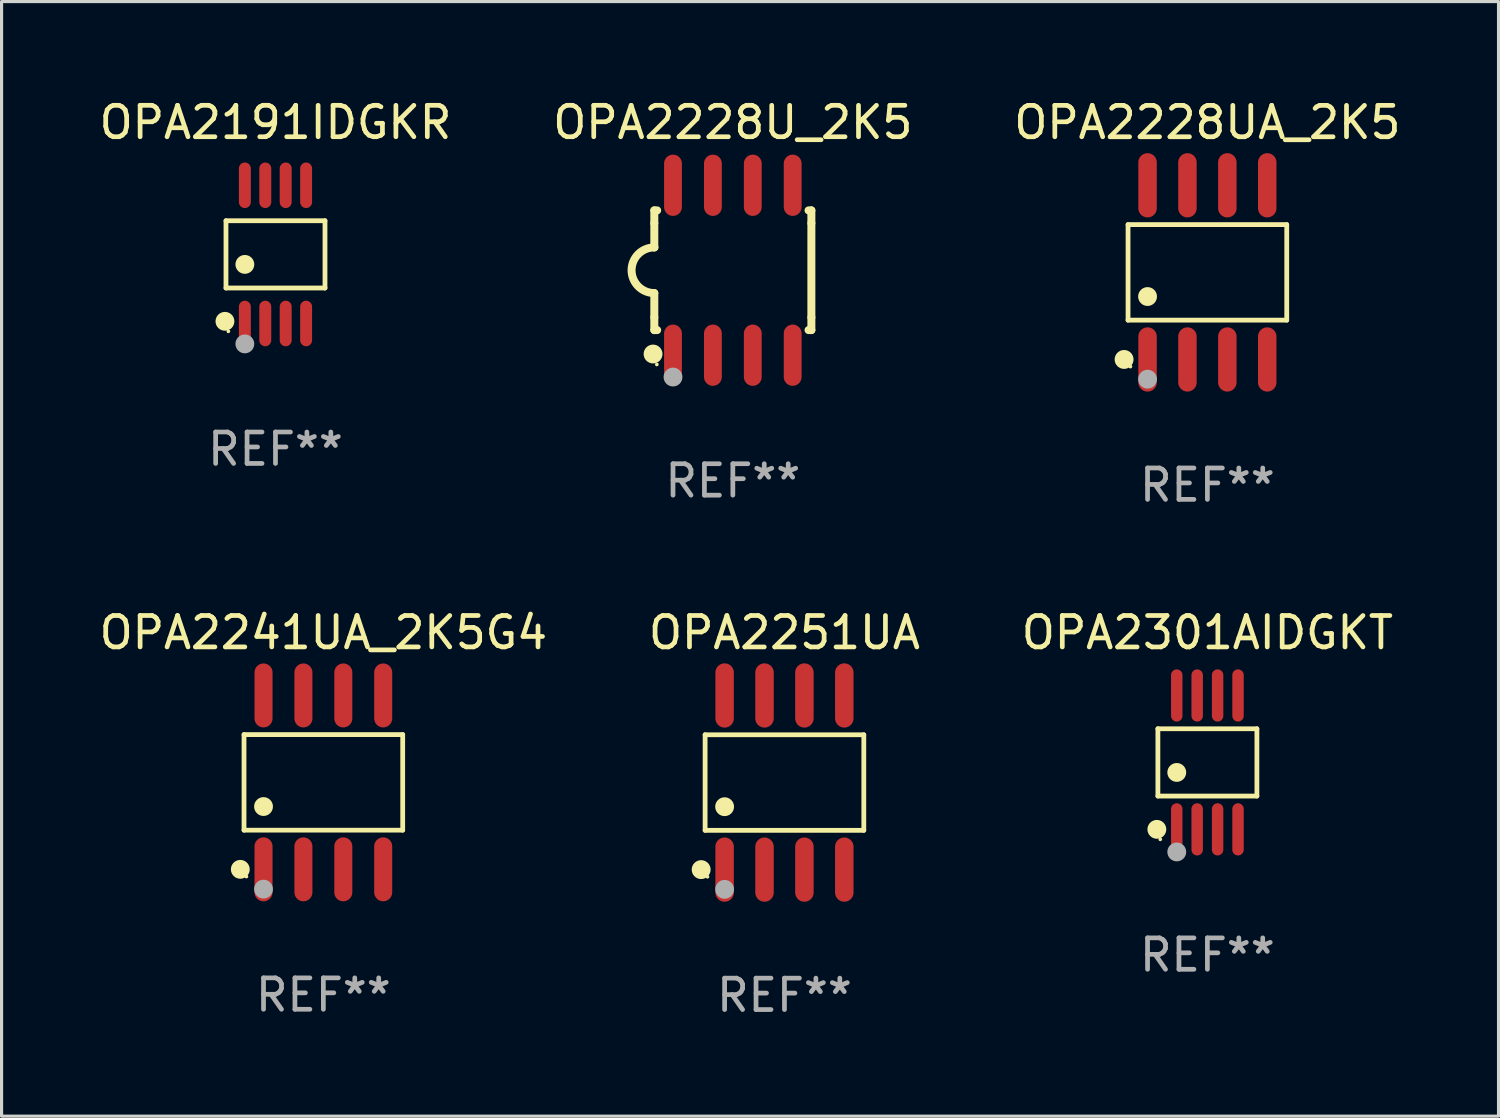
<source format=kicad_pcb>
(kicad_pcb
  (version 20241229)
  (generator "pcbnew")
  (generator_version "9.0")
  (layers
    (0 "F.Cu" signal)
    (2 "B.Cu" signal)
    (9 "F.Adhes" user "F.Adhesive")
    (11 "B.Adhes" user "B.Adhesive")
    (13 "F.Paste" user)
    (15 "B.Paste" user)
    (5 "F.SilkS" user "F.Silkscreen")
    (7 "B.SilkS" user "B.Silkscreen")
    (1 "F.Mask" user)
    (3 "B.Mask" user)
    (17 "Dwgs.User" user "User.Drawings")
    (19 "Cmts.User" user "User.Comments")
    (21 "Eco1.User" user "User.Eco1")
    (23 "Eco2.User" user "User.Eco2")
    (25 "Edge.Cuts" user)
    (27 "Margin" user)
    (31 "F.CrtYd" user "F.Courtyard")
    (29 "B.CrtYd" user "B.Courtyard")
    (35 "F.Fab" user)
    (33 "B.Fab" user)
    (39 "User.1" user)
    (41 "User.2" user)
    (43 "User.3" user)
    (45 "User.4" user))
  (footprint "OPA2251UA"
    (layer "F.Cu")
    (at 21.923 21.862)
    (property "Reference" "OPA2251UA" (at 0 -4.772 0) (layer "F.SilkS") (effects (font (size 1 1) (thickness 0.15))))
    (attr through_hole)
    (fp_line (start -2.526 -1.521) (end 2.526 -1.521) (stroke (width 0.152) (type solid)) (layer "F.SilkS"))
    (fp_line (start -2.526 1.521) (end -2.526 -1.521) (stroke (width 0.152) (type solid)) (layer "F.SilkS"))
    (fp_line (start 2.526 -1.521) (end 2.526 1.521) (stroke (width 0.152) (type solid)) (layer "F.SilkS"))
    (fp_line (start 2.526 1.521) (end -2.526 1.521) (stroke (width 0.152) (type solid)) (layer "F.SilkS"))
    (fp_circle (center -2.652 2.772) (end -2.501 2.772) (stroke (width 0.3) (type solid)) (fill no) (layer "F.SilkS"))
    (fp_circle (center -2.45 3) (end -2.42 3) (stroke (width 0.06) (type solid)) (fill no) (layer "F.SilkS"))
    (fp_circle (center -1.905 0.769) (end -1.755 0.769) (stroke (width 0.3) (type solid)) (fill no) (layer "F.SilkS"))
    (fp_circle (center -1.905 3.4) (end -1.755 3.4) (stroke (width 0.3) (type solid)) (fill no) (layer "F.Fab"))
    (fp_text user "REF**" (at 0 6.772 0) (layer "F.Fab") (effects (font (size 1 1) (thickness 0.15))))
    (pad "1" smd oval (at -1.905 2.772) (size 0.588 2.045) (layers "F.Cu" "F.Mask" "F.Paste"))
    (pad "2" smd oval (at -0.635 2.772) (size 0.588 2.045) (layers "F.Cu" "F.Mask" "F.Paste"))
    (pad "3" smd oval (at 0.635 2.772) (size 0.588 2.045) (layers "F.Cu" "F.Mask" "F.Paste"))
    (pad "4" smd oval (at 1.905 2.772) (size 0.588 2.045) (layers "F.Cu" "F.Mask" "F.Paste"))
    (pad "5" smd oval (at 1.905 -2.772) (size 0.588 2.045) (layers "F.Cu" "F.Mask" "F.Paste"))
    (pad "6" smd oval (at 0.635 -2.772) (size 0.588 2.045) (layers "F.Cu" "F.Mask" "F.Paste"))
    (pad "7" smd oval (at -0.635 -2.772) (size 0.588 2.045) (layers "F.Cu" "F.Mask" "F.Paste"))
    (pad "8" smd oval (at -1.905 -2.772) (size 0.588 2.045) (layers "F.Cu" "F.Mask" "F.Paste")))
  (footprint "OPA2301AIDGKT"
    (layer "F.Cu")
    (at 35.387 21.221)
    (property "Reference" "OPA2301AIDGKT" (at 0 -4.131 0) (layer "F.SilkS") (effects (font (size 1 1) (thickness 0.15))))
    (attr through_hole)
    (fp_line (start -1.576 -1.071) (end 1.576 -1.071) (stroke (width 0.152) (type solid)) (layer "F.SilkS"))
    (fp_line (start -1.576 1.071) (end -1.576 -1.071) (stroke (width 0.152) (type solid)) (layer "F.SilkS"))
    (fp_line (start 1.576 -1.071) (end 1.576 1.071) (stroke (width 0.152) (type solid)) (layer "F.SilkS"))
    (fp_line (start 1.576 1.071) (end -1.576 1.071) (stroke (width 0.152) (type solid)) (layer "F.SilkS"))
    (fp_circle (center -1.609 2.131) (end -1.459 2.131) (stroke (width 0.3) (type solid)) (fill no) (layer "F.SilkS"))
    (fp_circle (center -1.5 2.45) (end -1.47 2.45) (stroke (width 0.06) (type solid)) (fill no) (layer "F.SilkS"))
    (fp_circle (center -0.975 0.319) (end -0.825 0.319) (stroke (width 0.3) (type solid)) (fill no) (layer "F.SilkS"))
    (fp_circle (center -0.975 2.85) (end -0.825 2.85) (stroke (width 0.3) (type solid)) (fill no) (layer "F.Fab"))
    (fp_text user "REF**" (at 0 6.131 0) (layer "F.Fab") (effects (font (size 1 1) (thickness 0.15))))
    (pad "1" smd oval (at -0.975 2.131) (size 0.364 1.662) (layers "F.Cu" "F.Mask" "F.Paste"))
    (pad "2" smd oval (at -0.325 2.131) (size 0.364 1.662) (layers "F.Cu" "F.Mask" "F.Paste"))
    (pad "3" smd oval (at 0.325 2.131) (size 0.364 1.662) (layers "F.Cu" "F.Mask" "F.Paste"))
    (pad "4" smd oval (at 0.975 2.131) (size 0.364 1.662) (layers "F.Cu" "F.Mask" "F.Paste"))
    (pad "5" smd oval (at 0.975 -2.131) (size 0.364 1.662) (layers "F.Cu" "F.Mask" "F.Paste"))
    (pad "6" smd oval (at 0.325 -2.131) (size 0.364 1.662) (layers "F.Cu" "F.Mask" "F.Paste"))
    (pad "7" smd oval (at -0.325 -2.131) (size 0.364 1.662) (layers "F.Cu" "F.Mask" "F.Paste"))
    (pad "8" smd oval (at -0.975 -2.131) (size 0.364 1.662) (layers "F.Cu" "F.Mask" "F.Paste")))
  (footprint "OPA2228UA_2K5"
    (layer "F.Cu")
    (at 35.387 5.621)
    (property "Reference" "OPA2228UA_2K5" (at 0 -4.772 0) (layer "F.SilkS") (effects (font (size 1 1) (thickness 0.15))))
    (attr through_hole)
    (fp_line (start -2.526 -1.521) (end 2.526 -1.521) (stroke (width 0.152) (type solid)) (layer "F.SilkS"))
    (fp_line (start -2.526 1.521) (end -2.526 -1.521) (stroke (width 0.152) (type solid)) (layer "F.SilkS"))
    (fp_line (start 2.526 -1.521) (end 2.526 1.521) (stroke (width 0.152) (type solid)) (layer "F.SilkS"))
    (fp_line (start 2.526 1.521) (end -2.526 1.521) (stroke (width 0.152) (type solid)) (layer "F.SilkS"))
    (fp_circle (center -2.652 2.772) (end -2.501 2.772) (stroke (width 0.3) (type solid)) (fill no) (layer "F.SilkS"))
    (fp_circle (center -2.45 3) (end -2.42 3) (stroke (width 0.06) (type solid)) (fill no) (layer "F.SilkS"))
    (fp_circle (center -1.905 0.769) (end -1.755 0.769) (stroke (width 0.3) (type solid)) (fill no) (layer "F.SilkS"))
    (fp_circle (center -1.905 3.4) (end -1.755 3.4) (stroke (width 0.3) (type solid)) (fill no) (layer "F.Fab"))
    (fp_text user "REF**" (at 0 6.772 0) (layer "F.Fab") (effects (font (size 1 1) (thickness 0.15))))
    (pad "1" smd oval (at -1.905 2.772) (size 0.588 2.045) (layers "F.Cu" "F.Mask" "F.Paste"))
    (pad "2" smd oval (at -0.635 2.772) (size 0.588 2.045) (layers "F.Cu" "F.Mask" "F.Paste"))
    (pad "3" smd oval (at 0.635 2.772) (size 0.588 2.045) (layers "F.Cu" "F.Mask" "F.Paste"))
    (pad "4" smd oval (at 1.905 2.772) (size 0.588 2.045) (layers "F.Cu" "F.Mask" "F.Paste"))
    (pad "5" smd oval (at 1.905 -2.772) (size 0.588 2.045) (layers "F.Cu" "F.Mask" "F.Paste"))
    (pad "6" smd oval (at 0.635 -2.772) (size 0.588 2.045) (layers "F.Cu" "F.Mask" "F.Paste"))
    (pad "7" smd oval (at -0.635 -2.772) (size 0.588 2.045) (layers "F.Cu" "F.Mask" "F.Paste"))
    (pad "8" smd oval (at -1.905 -2.772) (size 0.588 2.045) (layers "F.Cu" "F.Mask" "F.Paste")))
  (footprint "OPA2191IDGKR"
    (layer "F.Cu")
    (at 5.72 5.048)
    (property "Reference" "OPA2191IDGKR" (at 0 -4.2 0) (layer "F.SilkS") (effects (font (size 1 1) (thickness 0.15))))
    (attr through_hole)
    (fp_line (start -1.576 -1.071) (end 1.576 -1.071) (stroke (width 0.152) (type solid)) (layer "F.SilkS"))
    (fp_line (start -1.576 1.071) (end -1.576 -1.071) (stroke (width 0.152) (type solid)) (layer "F.SilkS"))
    (fp_line (start 1.576 -1.071) (end 1.576 1.071) (stroke (width 0.152) (type solid)) (layer "F.SilkS"))
    (fp_line (start 1.576 1.071) (end -1.576 1.071) (stroke (width 0.152) (type solid)) (layer "F.SilkS"))
    (fp_circle (center -1.609 2.131) (end -1.459 2.131) (stroke (width 0.3) (type solid)) (fill no) (layer "F.SilkS"))
    (fp_circle (center -1.5 2.45) (end -1.47 2.45) (stroke (width 0.06) (type solid)) (fill no) (layer "F.SilkS"))
    (fp_circle (center -0.975 0.319) (end -0.825 0.319) (stroke (width 0.3) (type solid)) (fill no) (layer "F.SilkS"))
    (fp_circle (center -0.975 2.85) (end -0.825 2.85) (stroke (width 0.3) (type solid)) (fill no) (layer "F.Fab"))
    (fp_text user "REF**" (at 0 6.2 0) (layer "F.Fab") (effects (font (size 1 1) (thickness 0.15))))
    (pad "1" smd oval (at -0.975 2.2) (size 0.38 1.45) (layers "F.Cu" "F.Mask" "F.Paste"))
    (pad "2" smd oval (at -0.325 2.2) (size 0.38 1.45) (layers "F.Cu" "F.Mask" "F.Paste"))
    (pad "3" smd oval (at 0.325 2.2) (size 0.38 1.45) (layers "F.Cu" "F.Mask" "F.Paste"))
    (pad "4" smd oval (at 0.975 2.2) (size 0.38 1.45) (layers "F.Cu" "F.Mask" "F.Paste"))
    (pad "5" smd oval (at 0.975 -2.2) (size 0.38 1.45) (layers "F.Cu" "F.Mask" "F.Paste"))
    (pad "6" smd oval (at 0.325 -2.2) (size 0.38 1.45) (layers "F.Cu" "F.Mask" "F.Paste"))
    (pad "7" smd oval (at -0.325 -2.2) (size 0.38 1.45) (layers "F.Cu" "F.Mask" "F.Paste"))
    (pad "8" smd oval (at -0.975 -2.2) (size 0.38 1.45) (layers "F.Cu" "F.Mask" "F.Paste")))
  (footprint "OPA2241UA_2K5G4"
    (layer "F.Cu")
    (at 7.244 21.857)
    (property "Reference" "OPA2241UA_2K5G4" (at 0 -4.768 0) (layer "F.SilkS") (effects (font (size 1 1) (thickness 0.15))))
    (attr through_hole)
    (fp_line (start -2.526 -1.521) (end 2.526 -1.521) (stroke (width 0.152) (type solid)) (layer "F.SilkS"))
    (fp_line (start -2.526 1.521) (end -2.526 -1.521) (stroke (width 0.152) (type solid)) (layer "F.SilkS"))
    (fp_line (start 2.526 -1.521) (end 2.526 1.521) (stroke (width 0.152) (type solid)) (layer "F.SilkS"))
    (fp_line (start 2.526 1.521) (end -2.526 1.521) (stroke (width 0.152) (type solid)) (layer "F.SilkS"))
    (fp_circle (center -2.644 2.768) (end -2.494 2.768) (stroke (width 0.3) (type solid)) (fill no) (layer "F.SilkS"))
    (fp_circle (center -2.45 2.998) (end -2.42 2.998) (stroke (width 0.06) (type solid)) (fill no) (layer "F.SilkS"))
    (fp_circle (center -1.905 0.769) (end -1.755 0.769) (stroke (width 0.3) (type solid)) (fill no) (layer "F.SilkS"))
    (fp_circle (center -1.905 3.398) (end -1.755 3.398) (stroke (width 0.3) (type solid)) (fill no) (layer "F.Fab"))
    (fp_text user "REF**" (at 0 6.768 0) (layer "F.Fab") (effects (font (size 1 1) (thickness 0.15))))
    (pad "1" smd oval (at -1.905 2.768) (size 0.574 2.036) (layers "F.Cu" "F.Mask" "F.Paste"))
    (pad "2" smd oval (at -0.635 2.768) (size 0.574 2.036) (layers "F.Cu" "F.Mask" "F.Paste"))
    (pad "3" smd oval (at 0.635 2.768) (size 0.574 2.036) (layers "F.Cu" "F.Mask" "F.Paste"))
    (pad "4" smd oval (at 1.905 2.768) (size 0.574 2.036) (layers "F.Cu" "F.Mask" "F.Paste"))
    (pad "5" smd oval (at 1.905 -2.768) (size 0.574 2.036) (layers "F.Cu" "F.Mask" "F.Paste"))
    (pad "6" smd oval (at 0.635 -2.768) (size 0.574 2.036) (layers "F.Cu" "F.Mask" "F.Paste"))
    (pad "7" smd oval (at -0.635 -2.768) (size 0.574 2.036) (layers "F.Cu" "F.Mask" "F.Paste"))
    (pad "8" smd oval (at -1.905 -2.768) (size 0.574 2.036) (layers "F.Cu" "F.Mask" "F.Paste")))
  (footprint "OPA2228U_2K5"
    (layer "F.Cu")
    (at 20.28 5.553)
    (property "Reference" "OPA2228U_2K5" (at 0 -4.705 0) (layer "F.SilkS") (effects (font (size 1 1) (thickness 0.15))))
    (attr through_hole)
    (fp_line (start -2.5 -1.905) (end -2.409 -1.905) (stroke (width 0.254) (type solid)) (layer "F.SilkS"))
    (fp_line (start -2.5 -1.5) (end -2.5 -1.905) (stroke (width 0.254) (type solid)) (layer "F.SilkS"))
    (fp_line (start -2.5 -1.5) (end -2.5 -0.726) (stroke (width 0.254) (type solid)) (layer "F.SilkS"))
    (fp_line (start -2.5 1.5) (end -2.5 0.727) (stroke (width 0.254) (type solid)) (layer "F.SilkS"))
    (fp_line (start -2.5 1.5) (end -2.5 1.905) (stroke (width 0.254) (type solid)) (layer "F.SilkS"))
    (fp_line (start -2.5 1.905) (end -2.409 1.905) (stroke (width 0.254) (type solid)) (layer "F.SilkS"))
    (fp_line (start 2.5 -1.905) (end 2.409 -1.905) (stroke (width 0.254) (type solid)) (layer "F.SilkS"))
    (fp_line (start 2.5 -1.5) (end 2.5 -1.905) (stroke (width 0.254) (type solid)) (layer "F.SilkS"))
    (fp_line (start 2.5 -1.5) (end 2.5 1.5) (stroke (width 0.254) (type solid)) (layer "F.SilkS"))
    (fp_line (start 2.5 1.5) (end 2.5 1.905) (stroke (width 0.254) (type solid)) (layer "F.SilkS"))
    (fp_line (start 2.5 1.905) (end 2.409 1.905) (stroke (width 0.254) (type solid)) (layer "F.SilkS"))
    (fp_arc (start -2.5 0.726568) (mid -3.220316 -0.0023) (end -2.495097 -0.726289) (stroke (width 0.254001) (type solid)) (layer "F.SilkS"))
    (fp_circle (center -2.54 2.667) (end -2.39 2.667) (stroke (width 0.3) (type solid)) (fill no) (layer "F.SilkS"))
    (fp_circle (center -2.42 3) (end -2.39 3) (stroke (width 0.06) (type solid)) (fill no) (layer "F.SilkS"))
    (fp_circle (center -1.905 3.4) (end -1.755 3.4) (stroke (width 0.3) (type solid)) (fill no) (layer "F.Fab"))
    (fp_text user "REF**" (at 0 6.705 0) (layer "F.Fab") (effects (font (size 1 1) (thickness 0.15))))
    (pad "1" smd oval (at -1.905 2.705) (size 0.568 1.95) (layers "F.Cu" "F.Mask" "F.Paste"))
    (pad "2" smd oval (at -0.635 2.705) (size 0.568 1.95) (layers "F.Cu" "F.Mask" "F.Paste"))
    (pad "3" smd oval (at 0.635 2.705) (size 0.568 1.95) (layers "F.Cu" "F.Mask" "F.Paste"))
    (pad "4" smd oval (at 1.905 2.705) (size 0.568 1.95) (layers "F.Cu" "F.Mask" "F.Paste"))
    (pad "5" smd oval (at 1.905 -2.705) (size 0.568 1.95) (layers "F.Cu" "F.Mask" "F.Paste"))
    (pad "6" smd oval (at 0.635 -2.705) (size 0.568 1.95) (layers "F.Cu" "F.Mask" "F.Paste"))
    (pad "7" smd oval (at -0.635 -2.705) (size 0.568 1.95) (layers "F.Cu" "F.Mask" "F.Paste"))
    (pad "8" smd oval (at -1.905 -2.705) (size 0.568 1.95) (layers "F.Cu" "F.Mask" "F.Paste")))
  (gr_rect
    (start -3 -3)
    (end 44.655 32.483)
    (stroke (width 0.1) (type default))
    (fill no)
    (layer "Edge.Cuts")))
</source>
